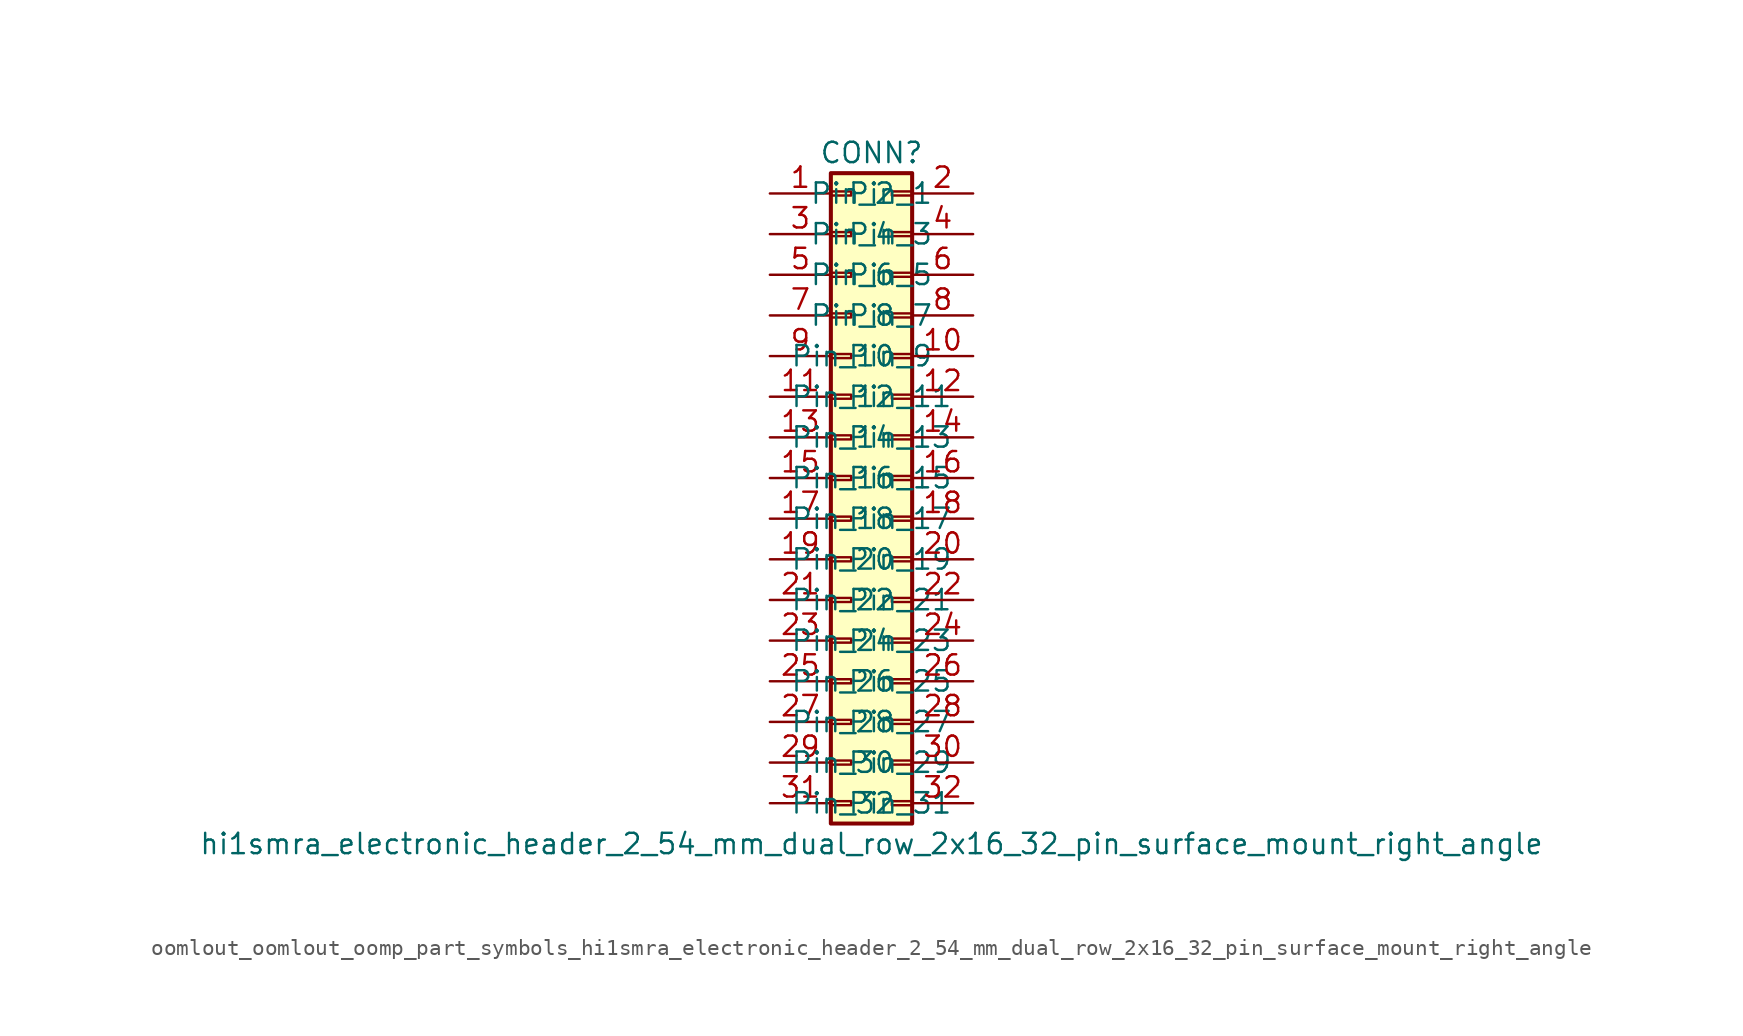
<source format=kicad_sym>
(kicad_symbol_lib
  (version 20220914)
  (generator kicad_symbol_editor)
  (symbol "oomlout_oomlout_oomp_part_symbols_hi1smra_electronic_header_2_54_mm_dual_row_2x16_32_pin_surface_mount_right_angle"
    (pin_names
      (offset 1.016))
    (property "Reference" "CONN"
      (at 1.27 20.32 0)
      (effects (font (size 1.27 1.27))))
    (property "Value" "hi1smra_electronic_header_2_54_mm_dual_row_2x16_32_pin_surface_mount_right_angle"
      (at 1.27 -22.86 0)
      (effects (font (size 1.27 1.27))))
    (symbol "oomlout_oomlout_oomp_part_symbols_hi1smra_electronic_header_2_54_mm_dual_row_2x16_32_pin_surface_mount_right_angle_1_1"
      (rectangle (start -1.27 -20.193) (end 0 -20.447) (stroke (width 0.152) (type default)) (fill (type none)))
      (rectangle (start -1.27 -17.653) (end 0 -17.907) (stroke (width 0.152) (type default)) (fill (type none)))
      (rectangle (start -1.27 -15.113) (end 0 -15.367) (stroke (width 0.152) (type default)) (fill (type none)))
      (rectangle (start -1.27 -12.573) (end 0 -12.827) (stroke (width 0.152) (type default)) (fill (type none)))
      (rectangle (start -1.27 -10.033) (end 0 -10.287) (stroke (width 0.152) (type default)) (fill (type none)))
      (rectangle (start -1.27 -7.493) (end 0 -7.747) (stroke (width 0.152) (type default)) (fill (type none)))
      (rectangle (start -1.27 -4.953) (end 0 -5.207) (stroke (width 0.152) (type default)) (fill (type none)))
      (rectangle (start -1.27 -2.413) (end 0 -2.667) (stroke (width 0.152) (type default)) (fill (type none)))
      (rectangle (start -1.27 0.127) (end 0 -0.127) (stroke (width 0.152) (type default)) (fill (type none)))
      (rectangle (start -1.27 2.667) (end 0 2.413) (stroke (width 0.152) (type default)) (fill (type none)))
      (rectangle (start -1.27 5.207) (end 0 4.953) (stroke (width 0.152) (type default)) (fill (type none)))
      (rectangle (start -1.27 7.747) (end 0 7.493) (stroke (width 0.152) (type default)) (fill (type none)))
      (rectangle (start -1.27 10.287) (end 0 10.033) (stroke (width 0.152) (type default)) (fill (type none)))
      (rectangle (start -1.27 12.827) (end 0 12.573) (stroke (width 0.152) (type default)) (fill (type none)))
      (rectangle (start -1.27 15.367) (end 0 15.113) (stroke (width 0.152) (type default)) (fill (type none)))
      (rectangle (start -1.27 17.907) (end 0 17.653) (stroke (width 0.152) (type default)) (fill (type none)))
      (rectangle (start -1.27 19.05) (end 3.81 -21.59) (stroke (width 0.254) (type default)) (fill (type background)))
      (rectangle (start 3.81 -20.193) (end 2.54 -20.447) (stroke (width 0.152) (type default)) (fill (type none)))
      (rectangle (start 3.81 -17.653) (end 2.54 -17.907) (stroke (width 0.152) (type default)) (fill (type none)))
      (rectangle (start 3.81 -15.113) (end 2.54 -15.367) (stroke (width 0.152) (type default)) (fill (type none)))
      (rectangle (start 3.81 -12.573) (end 2.54 -12.827) (stroke (width 0.152) (type default)) (fill (type none)))
      (rectangle (start 3.81 -10.033) (end 2.54 -10.287) (stroke (width 0.152) (type default)) (fill (type none)))
      (rectangle (start 3.81 -7.493) (end 2.54 -7.747) (stroke (width 0.152) (type default)) (fill (type none)))
      (rectangle (start 3.81 -4.953) (end 2.54 -5.207) (stroke (width 0.152) (type default)) (fill (type none)))
      (rectangle (start 3.81 -2.413) (end 2.54 -2.667) (stroke (width 0.152) (type default)) (fill (type none)))
      (rectangle (start 3.81 0.127) (end 2.54 -0.127) (stroke (width 0.152) (type default)) (fill (type none)))
      (rectangle (start 3.81 2.667) (end 2.54 2.413) (stroke (width 0.152) (type default)) (fill (type none)))
      (rectangle (start 3.81 5.207) (end 2.54 4.953) (stroke (width 0.152) (type default)) (fill (type none)))
      (rectangle (start 3.81 7.747) (end 2.54 7.493) (stroke (width 0.152) (type default)) (fill (type none)))
      (rectangle (start 3.81 10.287) (end 2.54 10.033) (stroke (width 0.152) (type default)) (fill (type none)))
      (rectangle (start 3.81 12.827) (end 2.54 12.573) (stroke (width 0.152) (type default)) (fill (type none)))
      (rectangle (start 3.81 15.367) (end 2.54 15.113) (stroke (width 0.152) (type default)) (fill (type none)))
      (rectangle (start 3.81 17.907) (end 2.54 17.653) (stroke (width 0.152) (type default)) (fill (type none)))
      (pin passive line (at -5.08 17.78 0) (length 3.81) (name "Pin_1" (effects (font (size 1.27 1.27)))) (number "1" (effects (font (size 1.27 1.27)))))
      (pin passive line (at 7.62 7.62 180) (length 3.81) (name "Pin_10" (effects (font (size 1.27 1.27)))) (number "10" (effects (font (size 1.27 1.27)))))
      (pin passive line (at -5.08 5.08 0) (length 3.81) (name "Pin_11" (effects (font (size 1.27 1.27)))) (number "11" (effects (font (size 1.27 1.27)))))
      (pin passive line (at 7.62 5.08 180) (length 3.81) (name "Pin_12" (effects (font (size 1.27 1.27)))) (number "12" (effects (font (size 1.27 1.27)))))
      (pin passive line (at -5.08 2.54 0) (length 3.81) (name "Pin_13" (effects (font (size 1.27 1.27)))) (number "13" (effects (font (size 1.27 1.27)))))
      (pin passive line (at 7.62 2.54 180) (length 3.81) (name "Pin_14" (effects (font (size 1.27 1.27)))) (number "14" (effects (font (size 1.27 1.27)))))
      (pin passive line (at -5.08 0 0) (length 3.81) (name "Pin_15" (effects (font (size 1.27 1.27)))) (number "15" (effects (font (size 1.27 1.27)))))
      (pin passive line (at 7.62 0 180) (length 3.81) (name "Pin_16" (effects (font (size 1.27 1.27)))) (number "16" (effects (font (size 1.27 1.27)))))
      (pin passive line (at -5.08 -2.54 0) (length 3.81) (name "Pin_17" (effects (font (size 1.27 1.27)))) (number "17" (effects (font (size 1.27 1.27)))))
      (pin passive line (at 7.62 -2.54 180) (length 3.81) (name "Pin_18" (effects (font (size 1.27 1.27)))) (number "18" (effects (font (size 1.27 1.27)))))
      (pin passive line (at -5.08 -5.08 0) (length 3.81) (name "Pin_19" (effects (font (size 1.27 1.27)))) (number "19" (effects (font (size 1.27 1.27)))))
      (pin passive line (at 7.62 17.78 180) (length 3.81) (name "Pin_2" (effects (font (size 1.27 1.27)))) (number "2" (effects (font (size 1.27 1.27)))))
      (pin passive line (at 7.62 -5.08 180) (length 3.81) (name "Pin_20" (effects (font (size 1.27 1.27)))) (number "20" (effects (font (size 1.27 1.27)))))
      (pin passive line (at -5.08 -7.62 0) (length 3.81) (name "Pin_21" (effects (font (size 1.27 1.27)))) (number "21" (effects (font (size 1.27 1.27)))))
      (pin passive line (at 7.62 -7.62 180) (length 3.81) (name "Pin_22" (effects (font (size 1.27 1.27)))) (number "22" (effects (font (size 1.27 1.27)))))
      (pin passive line (at -5.08 -10.16 0) (length 3.81) (name "Pin_23" (effects (font (size 1.27 1.27)))) (number "23" (effects (font (size 1.27 1.27)))))
      (pin passive line (at 7.62 -10.16 180) (length 3.81) (name "Pin_24" (effects (font (size 1.27 1.27)))) (number "24" (effects (font (size 1.27 1.27)))))
      (pin passive line (at -5.08 -12.7 0) (length 3.81) (name "Pin_25" (effects (font (size 1.27 1.27)))) (number "25" (effects (font (size 1.27 1.27)))))
      (pin passive line (at 7.62 -12.7 180) (length 3.81) (name "Pin_26" (effects (font (size 1.27 1.27)))) (number "26" (effects (font (size 1.27 1.27)))))
      (pin passive line (at -5.08 -15.24 0) (length 3.81) (name "Pin_27" (effects (font (size 1.27 1.27)))) (number "27" (effects (font (size 1.27 1.27)))))
      (pin passive line (at 7.62 -15.24 180) (length 3.81) (name "Pin_28" (effects (font (size 1.27 1.27)))) (number "28" (effects (font (size 1.27 1.27)))))
      (pin passive line (at -5.08 -17.78 0) (length 3.81) (name "Pin_29" (effects (font (size 1.27 1.27)))) (number "29" (effects (font (size 1.27 1.27)))))
      (pin passive line (at -5.08 15.24 0) (length 3.81) (name "Pin_3" (effects (font (size 1.27 1.27)))) (number "3" (effects (font (size 1.27 1.27)))))
      (pin passive line (at 7.62 -17.78 180) (length 3.81) (name "Pin_30" (effects (font (size 1.27 1.27)))) (number "30" (effects (font (size 1.27 1.27)))))
      (pin passive line (at -5.08 -20.32 0) (length 3.81) (name "Pin_31" (effects (font (size 1.27 1.27)))) (number "31" (effects (font (size 1.27 1.27)))))
      (pin passive line (at 7.62 -20.32 180) (length 3.81) (name "Pin_32" (effects (font (size 1.27 1.27)))) (number "32" (effects (font (size 1.27 1.27)))))
      (pin passive line (at 7.62 15.24 180) (length 3.81) (name "Pin_4" (effects (font (size 1.27 1.27)))) (number "4" (effects (font (size 1.27 1.27)))))
      (pin passive line (at -5.08 12.7 0) (length 3.81) (name "Pin_5" (effects (font (size 1.27 1.27)))) (number "5" (effects (font (size 1.27 1.27)))))
      (pin passive line (at 7.62 12.7 180) (length 3.81) (name "Pin_6" (effects (font (size 1.27 1.27)))) (number "6" (effects (font (size 1.27 1.27)))))
      (pin passive line (at -5.08 10.16 0) (length 3.81) (name "Pin_7" (effects (font (size 1.27 1.27)))) (number "7" (effects (font (size 1.27 1.27)))))
      (pin passive line (at 7.62 10.16 180) (length 3.81) (name "Pin_8" (effects (font (size 1.27 1.27)))) (number "8" (effects (font (size 1.27 1.27)))))
      (pin passive line (at -5.08 7.62 0) (length 3.81) (name "Pin_9" (effects (font (size 1.27 1.27)))) (number "9" (effects (font (size 1.27 1.27))))))))
</source>
